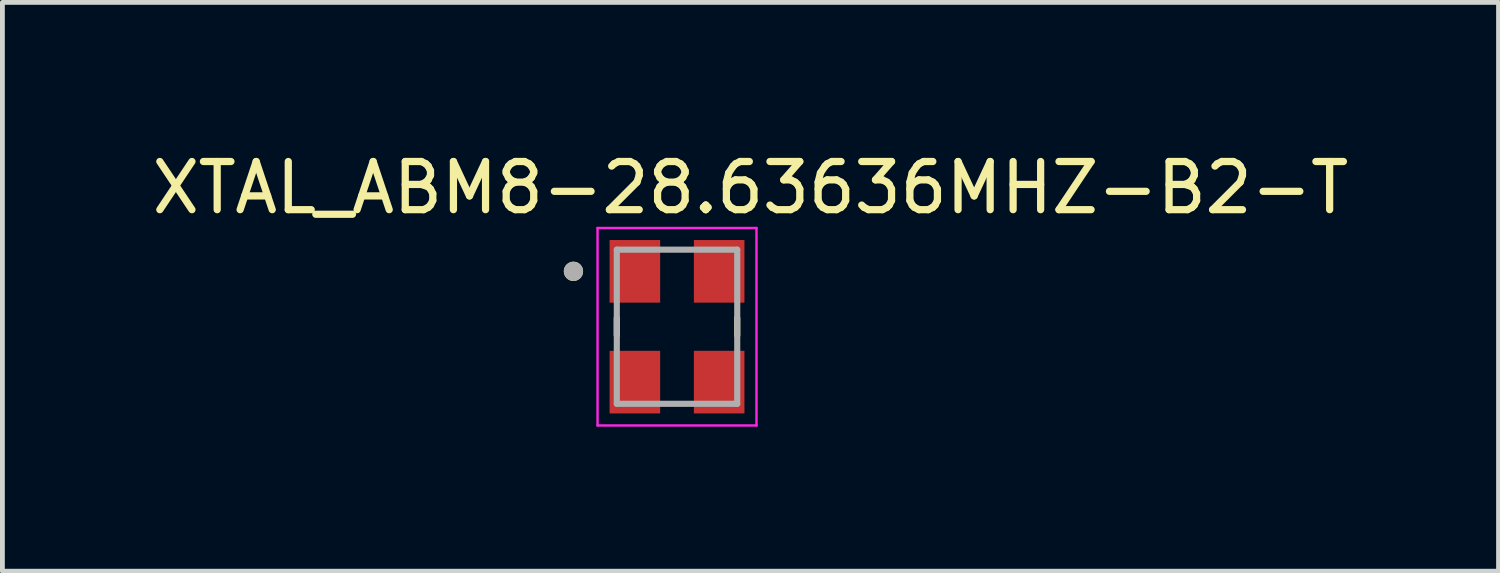
<source format=kicad_pcb>
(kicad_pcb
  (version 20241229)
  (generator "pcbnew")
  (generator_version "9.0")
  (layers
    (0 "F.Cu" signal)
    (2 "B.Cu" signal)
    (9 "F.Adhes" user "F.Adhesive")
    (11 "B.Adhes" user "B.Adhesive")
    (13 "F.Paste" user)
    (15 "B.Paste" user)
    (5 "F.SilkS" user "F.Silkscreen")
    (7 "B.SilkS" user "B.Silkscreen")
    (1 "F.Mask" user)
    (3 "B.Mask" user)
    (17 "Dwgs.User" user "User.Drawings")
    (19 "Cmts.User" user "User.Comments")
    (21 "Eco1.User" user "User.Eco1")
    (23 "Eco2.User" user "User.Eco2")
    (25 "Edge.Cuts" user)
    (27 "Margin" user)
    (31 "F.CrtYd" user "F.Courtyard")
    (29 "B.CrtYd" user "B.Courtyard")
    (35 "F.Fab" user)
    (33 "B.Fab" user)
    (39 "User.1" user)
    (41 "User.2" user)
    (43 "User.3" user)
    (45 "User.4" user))
  (footprint "XTAL_ABM8-28.63636MHZ-B2-T"
    (layer "F.Cu")
    (at 11.005 3.733)
    (property "Reference" "XTAL_ABM8-28.63636MHZ-B2-T" (at 1.525 -2.885 0) (layer "F.SilkS") (effects (font (size 1 1) (thickness 0.15))))
    (attr smd)
    (fp_line (start -1.25 -0.18) (end -1.25 0.18) (stroke (width 0.127) (type solid)) (layer "F.SilkS"))
    (fp_line (start 1.25 -0.18) (end 1.25 0.18) (stroke (width 0.127) (type solid)) (layer "F.SilkS"))
    (fp_circle (center -2.15 -1.15) (end -2.05 -1.15) (stroke (width 0.2) (type solid)) (fill no) (layer "F.SilkS"))
    (fp_line (start -1.65 -2.05) (end -1.65 2.05) (stroke (width 0.05) (type solid)) (layer "F.CrtYd"))
    (fp_line (start -1.65 -2.05) (end 1.65 -2.05) (stroke (width 0.05) (type solid)) (layer "F.CrtYd"))
    (fp_line (start 1.65 -2.05) (end 1.65 2.05) (stroke (width 0.05) (type solid)) (layer "F.CrtYd"))
    (fp_line (start 1.65 2.05) (end -1.65 2.05) (stroke (width 0.05) (type solid)) (layer "F.CrtYd"))
    (fp_line (start -1.25 -1.6) (end -1.25 1.6) (stroke (width 0.127) (type solid)) (layer "F.Fab"))
    (fp_line (start -1.25 -1.6) (end 1.25 -1.6) (stroke (width 0.127) (type solid)) (layer "F.Fab"))
    (fp_line (start 1.25 -1.6) (end 1.25 1.6) (stroke (width 0.127) (type solid)) (layer "F.Fab"))
    (fp_line (start 1.25 1.6) (end -1.25 1.6) (stroke (width 0.127) (type solid)) (layer "F.Fab"))
    (fp_circle (center -2.15 -1.15) (end -2.05 -1.15) (stroke (width 0.2) (type solid)) (fill no) (layer "F.Fab"))
    (pad "1" smd rect (at -0.875 -1.15) (size 1.05 1.3) (layers "F.Cu" "F.Mask" "F.Paste"))
    (pad "2" smd rect (at -0.875 1.15) (size 1.05 1.3) (layers "F.Cu" "F.Mask" "F.Paste"))
    (pad "3" smd rect (at 0.875 1.15) (size 1.05 1.3) (layers "F.Cu" "F.Mask" "F.Paste"))
    (pad "4" smd rect (at 0.875 -1.15) (size 1.05 1.3) (layers "F.Cu" "F.Mask" "F.Paste")))
  (gr_rect
    (start -3 -3)
    (end 28.06 8.808)
    (stroke (width 0.1) (type default))
    (fill no)
    (layer "Edge.Cuts")))
</source>
